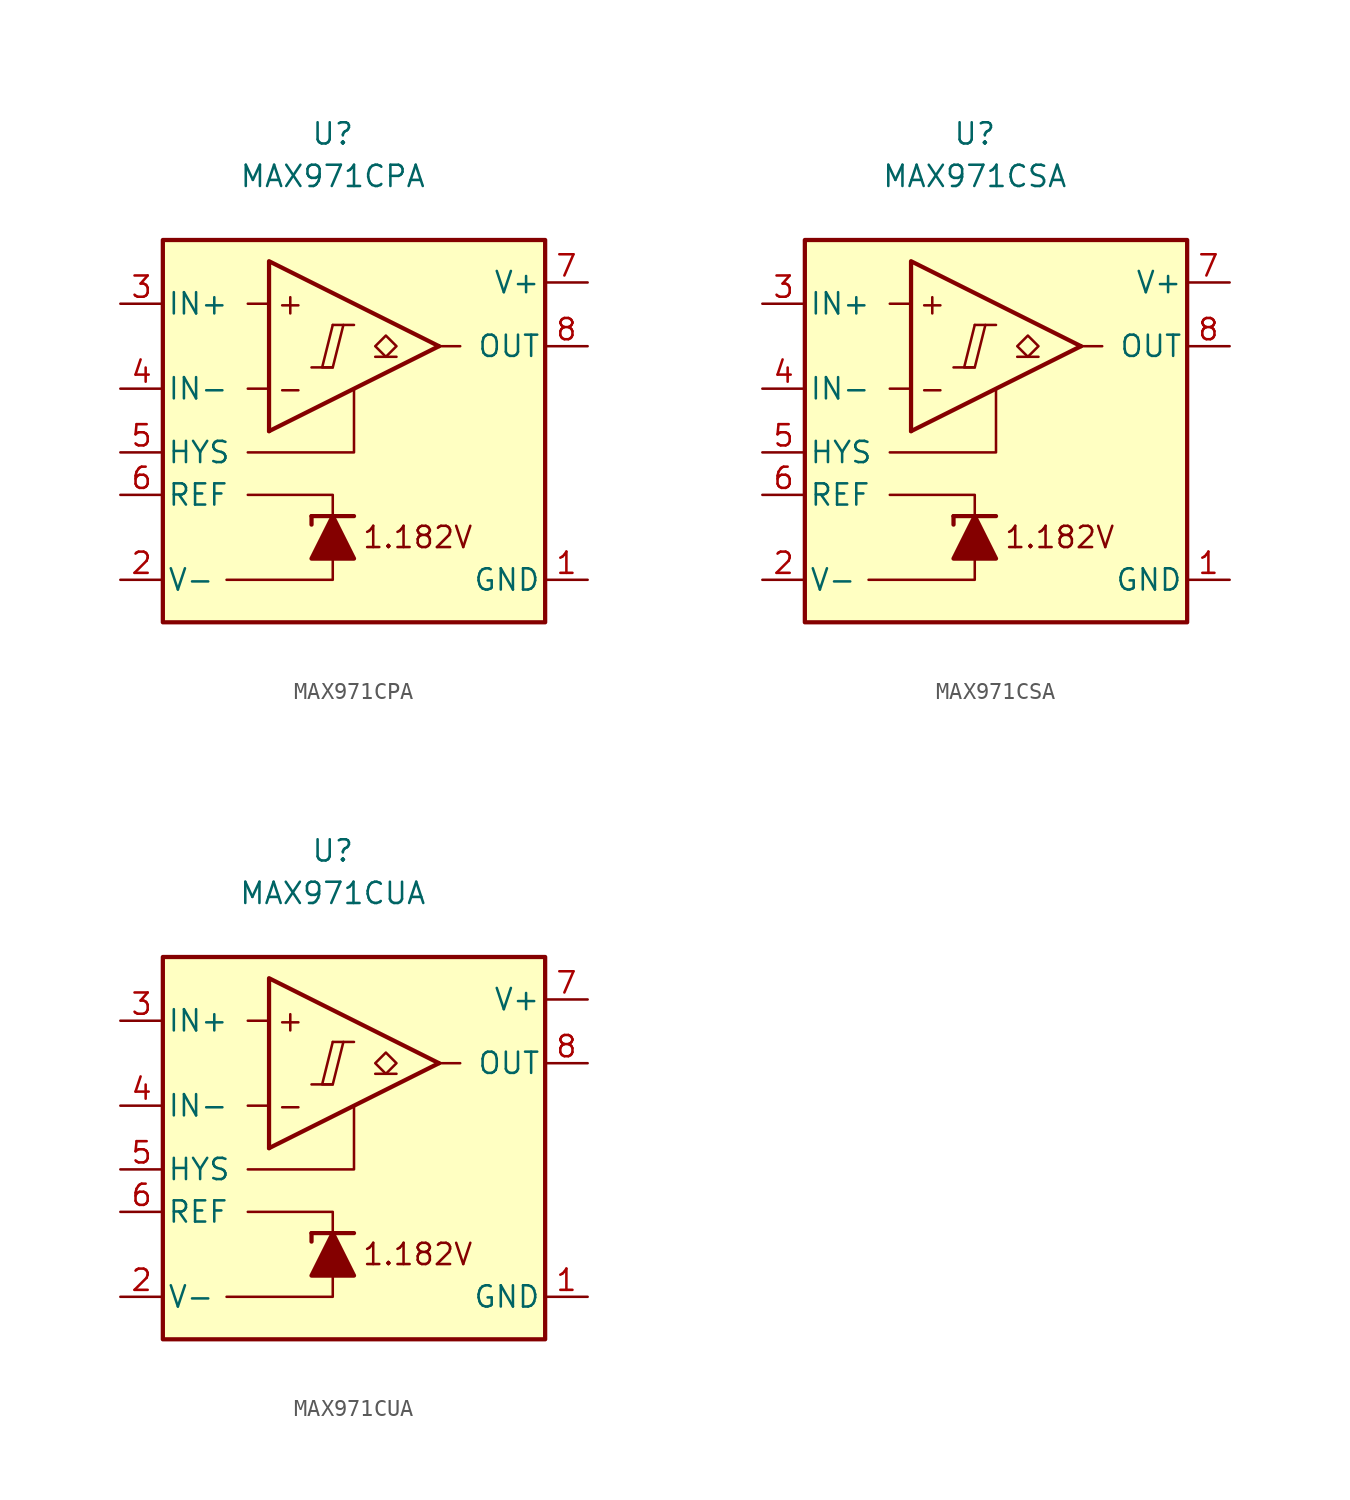
<source format=kicad_sym>
(kicad_symbol_lib
  (version 20211014)
  (generator kicad_symbol_editor)
  (symbol "MAX971CPA"
    (pin_names
      (offset 0.254))
    (property "Reference" "U"
      (at 0 16.51 0)
      (effects (font (size 1.27 1.27))))
    (property "Value" "MAX971CPA"
      (at 0 13.97 0)
      (effects (font (size 1.27 1.27))))
    (symbol "MAX971CPA_0_0"
      (polyline (pts (xy -1.27 2.54) (xy 0 2.54)) (stroke (width 0.152) (type default) (color 0 0 0 0)) (fill (type none)))
      (polyline (pts (xy 0 5.08) (xy 1.27 5.08)) (stroke (width 0.152) (type default) (color 0 0 0 0)) (fill (type none)))
      (polyline (pts (xy 6.35 3.81) (xy -3.81 -1.27)) (stroke (width 0.254) (type default) (color 0 0 0 0)) (fill (type none)))
      (polyline (pts (xy 6.35 3.81) (xy -3.81 8.89) (xy -3.81 -1.27)) (stroke (width 0.254) (type default) (color 0 0 0 0)) (fill (type background)))
      (polyline (pts (xy 0 5.08) (xy -0.635 2.54) (xy 0 2.54) (xy 0.635 5.08)) (stroke (width 0.152) (type default) (color 0 0 0 0)) (fill (type none)))
      (text "+" (at -2.54 6.35 0) (effects (font (size 1.27 1.27))))
      (text "-" (at -2.54 1.27 0) (effects (font (size 1.27 1.27))))
      (text "1.182V" (at 5.08 -7.62 0) (effects (font (size 1.27 1.27)))))
    (symbol "MAX971CPA_0_1"
      (polyline (pts (xy -3.81 1.27) (xy -5.08 1.27)) (stroke (width 0) (type default) (color 0 0 0 0)) (fill (type none)))
      (polyline (pts (xy -3.81 6.35) (xy -5.08 6.35)) (stroke (width 0) (type default) (color 0 0 0 0)) (fill (type none)))
      (polyline (pts (xy -1.27 -6.35) (xy -1.27 -6.858)) (stroke (width 0.254) (type default) (color 0 0 0 0)) (fill (type none)))
      (polyline (pts (xy -1.27 -6.35) (xy 1.27 -6.35)) (stroke (width 0.254) (type default) (color 0 0 0 0)) (fill (type none)))
      (polyline (pts (xy 6.35 3.81) (xy 7.62 3.81)) (stroke (width 0) (type default) (color 0 0 0 0)) (fill (type none)))
      (polyline (pts (xy 0 -8.89) (xy 0 -10.16) (xy -6.35 -10.16)) (stroke (width 0) (type default) (color 0 0 0 0)) (fill (type none)))
      (polyline (pts (xy 0 -6.35) (xy 0 -5.08) (xy -5.08 -5.08)) (stroke (width 0) (type default) (color 0 0 0 0)) (fill (type none)))
      (polyline (pts (xy 1.27 1.27) (xy 1.27 -2.54) (xy -5.08 -2.54)) (stroke (width 0) (type default) (color 0 0 0 0)) (fill (type none)))
      (polyline (pts (xy 1.27 -8.89) (xy -1.27 -8.89) (xy 0 -6.35) (xy 1.27 -8.89)) (stroke (width 0.254) (type default) (color 0 0 0 0)) (fill (type outline)))
      (rectangle (start 12.7 10.16) (end -10.16 -12.7) (stroke (width 0.254) (type default) (color 0 0 0 0)) (fill (type background))))
    (symbol "MAX971CPA_1_1"
      (polyline (pts (xy 3.81 3.175) (xy 2.54 3.175)) (stroke (width 0.152) (type default) (color 0 0 0 0)) (fill (type none)))
      (polyline (pts (xy 3.175 3.175) (xy 2.54 3.81) (xy 3.175 4.445) (xy 3.81 3.81) (xy 3.175 3.175)) (stroke (width 0.152) (type default) (color 0 0 0 0)) (fill (type none)))
      (pin power_in line (at 15.24 -10.16 180) (length 2.54) (name "GND" (effects (font (size 1.27 1.27)))) (number "1" (effects (font (size 1.27 1.27)))))
      (pin power_in line (at -12.7 -10.16 0) (length 2.54) (name "V-" (effects (font (size 1.27 1.27)))) (number "2" (effects (font (size 1.27 1.27)))))
      (pin input line (at -12.7 6.35 0) (length 2.54) (name "IN+" (effects (font (size 1.27 1.27)))) (number "3" (effects (font (size 1.27 1.27)))))
      (pin input line (at -12.7 1.27 0) (length 2.54) (name "IN-" (effects (font (size 1.27 1.27)))) (number "4" (effects (font (size 1.27 1.27)))))
      (pin input line (at -12.7 -2.54 0) (length 2.54) (name "HYS" (effects (font (size 1.27 1.27)))) (number "5" (effects (font (size 1.27 1.27)))))
      (pin output line (at -12.7 -5.08 0) (length 2.54) (name "REF" (effects (font (size 1.27 1.27)))) (number "6" (effects (font (size 1.27 1.27)))))
      (pin power_in line (at 15.24 7.62 180) (length 2.54) (name "V+" (effects (font (size 1.27 1.27)))) (number "7" (effects (font (size 1.27 1.27)))))
      (pin open_collector line (at 15.24 3.81 180) (length 2.54) (name "OUT" (effects (font (size 1.27 1.27)))) (number "8" (effects (font (size 1.27 1.27)))))))
  (symbol "MAX971CSA"
    (pin_names
      (offset 0.254))
    (property "Reference" "U"
      (at 0 16.51 0)
      (effects (font (size 1.27 1.27))))
    (property "Value" "MAX971CSA"
      (at 0 13.97 0)
      (effects (font (size 1.27 1.27))))
    (symbol "MAX971CSA_0_0"
      (polyline (pts (xy -1.27 2.54) (xy 0 2.54)) (stroke (width 0.152) (type default) (color 0 0 0 0)) (fill (type none)))
      (polyline (pts (xy 0 5.08) (xy 1.27 5.08)) (stroke (width 0.152) (type default) (color 0 0 0 0)) (fill (type none)))
      (polyline (pts (xy 6.35 3.81) (xy -3.81 -1.27)) (stroke (width 0.254) (type default) (color 0 0 0 0)) (fill (type none)))
      (polyline (pts (xy 6.35 3.81) (xy -3.81 8.89) (xy -3.81 -1.27)) (stroke (width 0.254) (type default) (color 0 0 0 0)) (fill (type background)))
      (polyline (pts (xy 0 5.08) (xy -0.635 2.54) (xy 0 2.54) (xy 0.635 5.08)) (stroke (width 0.152) (type default) (color 0 0 0 0)) (fill (type none)))
      (text "+" (at -2.54 6.35 0) (effects (font (size 1.27 1.27))))
      (text "-" (at -2.54 1.27 0) (effects (font (size 1.27 1.27))))
      (text "1.182V" (at 5.08 -7.62 0) (effects (font (size 1.27 1.27)))))
    (symbol "MAX971CSA_0_1"
      (polyline (pts (xy -3.81 1.27) (xy -5.08 1.27)) (stroke (width 0) (type default) (color 0 0 0 0)) (fill (type none)))
      (polyline (pts (xy -3.81 6.35) (xy -5.08 6.35)) (stroke (width 0) (type default) (color 0 0 0 0)) (fill (type none)))
      (polyline (pts (xy -1.27 -6.35) (xy -1.27 -6.858)) (stroke (width 0.254) (type default) (color 0 0 0 0)) (fill (type none)))
      (polyline (pts (xy -1.27 -6.35) (xy 1.27 -6.35)) (stroke (width 0.254) (type default) (color 0 0 0 0)) (fill (type none)))
      (polyline (pts (xy 6.35 3.81) (xy 7.62 3.81)) (stroke (width 0) (type default) (color 0 0 0 0)) (fill (type none)))
      (polyline (pts (xy 0 -8.89) (xy 0 -10.16) (xy -6.35 -10.16)) (stroke (width 0) (type default) (color 0 0 0 0)) (fill (type none)))
      (polyline (pts (xy 0 -6.35) (xy 0 -5.08) (xy -5.08 -5.08)) (stroke (width 0) (type default) (color 0 0 0 0)) (fill (type none)))
      (polyline (pts (xy 1.27 1.27) (xy 1.27 -2.54) (xy -5.08 -2.54)) (stroke (width 0) (type default) (color 0 0 0 0)) (fill (type none)))
      (polyline (pts (xy 1.27 -8.89) (xy -1.27 -8.89) (xy 0 -6.35) (xy 1.27 -8.89)) (stroke (width 0.254) (type default) (color 0 0 0 0)) (fill (type outline)))
      (rectangle (start 12.7 10.16) (end -10.16 -12.7) (stroke (width 0.254) (type default) (color 0 0 0 0)) (fill (type background))))
    (symbol "MAX971CSA_1_1"
      (polyline (pts (xy 3.81 3.175) (xy 2.54 3.175)) (stroke (width 0.152) (type default) (color 0 0 0 0)) (fill (type none)))
      (polyline (pts (xy 3.175 3.175) (xy 2.54 3.81) (xy 3.175 4.445) (xy 3.81 3.81) (xy 3.175 3.175)) (stroke (width 0.152) (type default) (color 0 0 0 0)) (fill (type none)))
      (pin power_in line (at 15.24 -10.16 180) (length 2.54) (name "GND" (effects (font (size 1.27 1.27)))) (number "1" (effects (font (size 1.27 1.27)))))
      (pin power_in line (at -12.7 -10.16 0) (length 2.54) (name "V-" (effects (font (size 1.27 1.27)))) (number "2" (effects (font (size 1.27 1.27)))))
      (pin input line (at -12.7 6.35 0) (length 2.54) (name "IN+" (effects (font (size 1.27 1.27)))) (number "3" (effects (font (size 1.27 1.27)))))
      (pin input line (at -12.7 1.27 0) (length 2.54) (name "IN-" (effects (font (size 1.27 1.27)))) (number "4" (effects (font (size 1.27 1.27)))))
      (pin input line (at -12.7 -2.54 0) (length 2.54) (name "HYS" (effects (font (size 1.27 1.27)))) (number "5" (effects (font (size 1.27 1.27)))))
      (pin output line (at -12.7 -5.08 0) (length 2.54) (name "REF" (effects (font (size 1.27 1.27)))) (number "6" (effects (font (size 1.27 1.27)))))
      (pin power_in line (at 15.24 7.62 180) (length 2.54) (name "V+" (effects (font (size 1.27 1.27)))) (number "7" (effects (font (size 1.27 1.27)))))
      (pin open_collector line (at 15.24 3.81 180) (length 2.54) (name "OUT" (effects (font (size 1.27 1.27)))) (number "8" (effects (font (size 1.27 1.27)))))))
  (symbol "MAX971CUA"
    (pin_names
      (offset 0.254))
    (property "Reference" "U"
      (at 0 16.51 0)
      (effects (font (size 1.27 1.27))))
    (property "Value" "MAX971CUA"
      (at 0 13.97 0)
      (effects (font (size 1.27 1.27))))
    (symbol "MAX971CUA_0_0"
      (polyline (pts (xy -1.27 2.54) (xy 0 2.54)) (stroke (width 0.152) (type default) (color 0 0 0 0)) (fill (type none)))
      (polyline (pts (xy 0 5.08) (xy 1.27 5.08)) (stroke (width 0.152) (type default) (color 0 0 0 0)) (fill (type none)))
      (polyline (pts (xy 6.35 3.81) (xy -3.81 -1.27)) (stroke (width 0.254) (type default) (color 0 0 0 0)) (fill (type none)))
      (polyline (pts (xy 6.35 3.81) (xy -3.81 8.89) (xy -3.81 -1.27)) (stroke (width 0.254) (type default) (color 0 0 0 0)) (fill (type background)))
      (polyline (pts (xy 0 5.08) (xy -0.635 2.54) (xy 0 2.54) (xy 0.635 5.08)) (stroke (width 0.152) (type default) (color 0 0 0 0)) (fill (type none)))
      (text "+" (at -2.54 6.35 0) (effects (font (size 1.27 1.27))))
      (text "-" (at -2.54 1.27 0) (effects (font (size 1.27 1.27))))
      (text "1.182V" (at 5.08 -7.62 0) (effects (font (size 1.27 1.27)))))
    (symbol "MAX971CUA_0_1"
      (polyline (pts (xy -3.81 1.27) (xy -5.08 1.27)) (stroke (width 0) (type default) (color 0 0 0 0)) (fill (type none)))
      (polyline (pts (xy -3.81 6.35) (xy -5.08 6.35)) (stroke (width 0) (type default) (color 0 0 0 0)) (fill (type none)))
      (polyline (pts (xy -1.27 -6.35) (xy -1.27 -6.858)) (stroke (width 0.254) (type default) (color 0 0 0 0)) (fill (type none)))
      (polyline (pts (xy -1.27 -6.35) (xy 1.27 -6.35)) (stroke (width 0.254) (type default) (color 0 0 0 0)) (fill (type none)))
      (polyline (pts (xy 6.35 3.81) (xy 7.62 3.81)) (stroke (width 0) (type default) (color 0 0 0 0)) (fill (type none)))
      (polyline (pts (xy 0 -8.89) (xy 0 -10.16) (xy -6.35 -10.16)) (stroke (width 0) (type default) (color 0 0 0 0)) (fill (type none)))
      (polyline (pts (xy 0 -6.35) (xy 0 -5.08) (xy -5.08 -5.08)) (stroke (width 0) (type default) (color 0 0 0 0)) (fill (type none)))
      (polyline (pts (xy 1.27 1.27) (xy 1.27 -2.54) (xy -5.08 -2.54)) (stroke (width 0) (type default) (color 0 0 0 0)) (fill (type none)))
      (polyline (pts (xy 1.27 -8.89) (xy -1.27 -8.89) (xy 0 -6.35) (xy 1.27 -8.89)) (stroke (width 0.254) (type default) (color 0 0 0 0)) (fill (type outline)))
      (rectangle (start 12.7 10.16) (end -10.16 -12.7) (stroke (width 0.254) (type default) (color 0 0 0 0)) (fill (type background))))
    (symbol "MAX971CUA_1_1"
      (polyline (pts (xy 3.81 3.175) (xy 2.54 3.175)) (stroke (width 0.152) (type default) (color 0 0 0 0)) (fill (type none)))
      (polyline (pts (xy 3.175 3.175) (xy 2.54 3.81) (xy 3.175 4.445) (xy 3.81 3.81) (xy 3.175 3.175)) (stroke (width 0.152) (type default) (color 0 0 0 0)) (fill (type none)))
      (pin power_in line (at 15.24 -10.16 180) (length 2.54) (name "GND" (effects (font (size 1.27 1.27)))) (number "1" (effects (font (size 1.27 1.27)))))
      (pin power_in line (at -12.7 -10.16 0) (length 2.54) (name "V-" (effects (font (size 1.27 1.27)))) (number "2" (effects (font (size 1.27 1.27)))))
      (pin input line (at -12.7 6.35 0) (length 2.54) (name "IN+" (effects (font (size 1.27 1.27)))) (number "3" (effects (font (size 1.27 1.27)))))
      (pin input line (at -12.7 1.27 0) (length 2.54) (name "IN-" (effects (font (size 1.27 1.27)))) (number "4" (effects (font (size 1.27 1.27)))))
      (pin input line (at -12.7 -2.54 0) (length 2.54) (name "HYS" (effects (font (size 1.27 1.27)))) (number "5" (effects (font (size 1.27 1.27)))))
      (pin output line (at -12.7 -5.08 0) (length 2.54) (name "REF" (effects (font (size 1.27 1.27)))) (number "6" (effects (font (size 1.27 1.27)))))
      (pin power_in line (at 15.24 7.62 180) (length 2.54) (name "V+" (effects (font (size 1.27 1.27)))) (number "7" (effects (font (size 1.27 1.27)))))
      (pin open_collector line (at 15.24 3.81 180) (length 2.54) (name "OUT" (effects (font (size 1.27 1.27)))) (number "8" (effects (font (size 1.27 1.27))))))))
</source>
